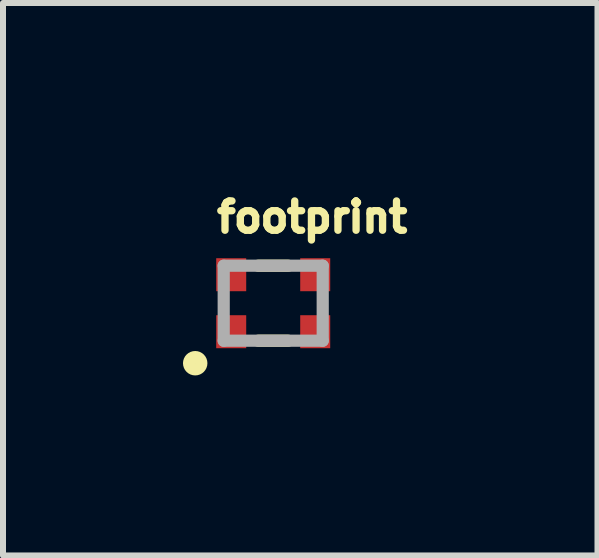
<source format=kicad_pcb>
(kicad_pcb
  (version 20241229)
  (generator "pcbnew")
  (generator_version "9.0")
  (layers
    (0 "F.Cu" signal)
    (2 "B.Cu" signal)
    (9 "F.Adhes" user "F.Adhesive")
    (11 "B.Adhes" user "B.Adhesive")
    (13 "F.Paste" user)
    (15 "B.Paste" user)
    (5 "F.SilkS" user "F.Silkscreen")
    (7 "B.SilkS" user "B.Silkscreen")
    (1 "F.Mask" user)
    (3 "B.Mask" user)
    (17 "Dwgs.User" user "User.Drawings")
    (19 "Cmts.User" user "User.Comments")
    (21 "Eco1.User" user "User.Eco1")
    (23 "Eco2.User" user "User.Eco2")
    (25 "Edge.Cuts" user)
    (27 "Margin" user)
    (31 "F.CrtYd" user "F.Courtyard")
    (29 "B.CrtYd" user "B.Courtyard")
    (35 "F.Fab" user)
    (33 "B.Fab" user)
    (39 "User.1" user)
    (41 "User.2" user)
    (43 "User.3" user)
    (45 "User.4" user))
  (footprint "footprint"
    (layer "F.Cu")
    (at 1.503 2.003)
    (property "Reference" "footprint" (at -1 -1.15 0) (layer "F.SilkS") (effects (font (size 0.488 0.488) (thickness 0.122)) (justify left bottom)))
    (fp_line (start -0.25 -0.625) (end 0.25 -0.625) (stroke (width 0.203) (type solid)) (layer "F.SilkS"))
    (fp_line (start -0.25 0.625) (end 0.25 0.625) (stroke (width 0.203) (type solid)) (layer "F.SilkS"))
    (fp_circle (center -1.3 1) (end -1.198 1) (stroke (width 0.203) (type solid)) (fill no) (layer "F.SilkS"))
    (fp_line (start -0.825 -0.625) (end -0.825 0.625) (stroke (width 0.203) (type solid)) (layer "F.Fab"))
    (fp_line (start -0.825 -0.625) (end 0.825 -0.625) (stroke (width 0.203) (type solid)) (layer "F.Fab"))
    (fp_line (start -0.825 0.625) (end 0.825 0.625) (stroke (width 0.203) (type solid)) (layer "F.Fab"))
    (fp_line (start 0.825 -0.625) (end 0.825 0.625) (stroke (width 0.203) (type solid)) (layer "F.Fab"))
    (pad "1" smd rect (at -0.7 0.475) (size 0.5 0.55) (layers "F.Cu" "F.Mask" "F.Paste"))
    (pad "2" smd rect (at 0.7 0.475) (size 0.5 0.55) (layers "F.Cu" "F.Mask" "F.Paste"))
    (pad "3" smd rect (at 0.7 -0.475) (size 0.5 0.55) (layers "F.Cu" "F.Mask" "F.Paste"))
    (pad "4" smd rect (at -0.7 -0.475) (size 0.5 0.55) (layers "F.Cu" "F.Mask" "F.Paste")))
  (gr_rect
    (start -3 -3)
    (end 6.907 6.207)
    (stroke (width 0.1) (type default))
    (fill no)
    (layer "Edge.Cuts")))
</source>
